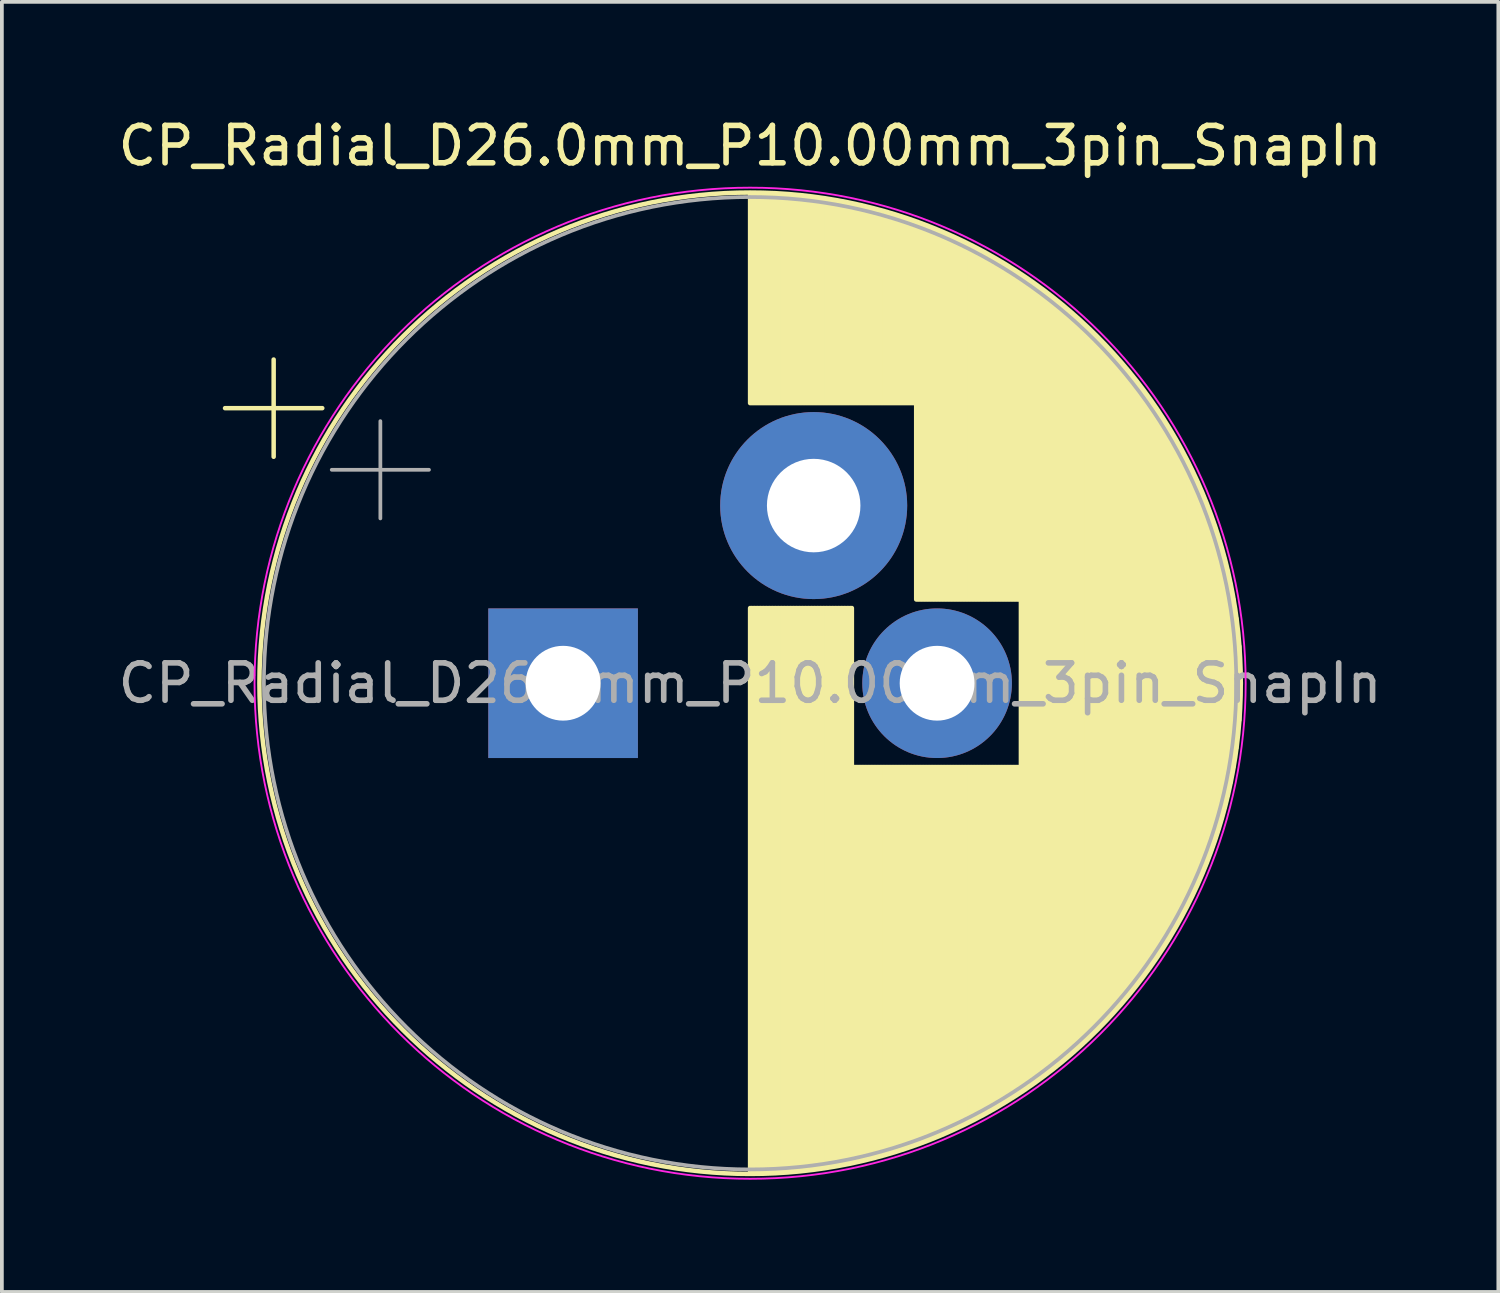
<source format=kicad_pcb>
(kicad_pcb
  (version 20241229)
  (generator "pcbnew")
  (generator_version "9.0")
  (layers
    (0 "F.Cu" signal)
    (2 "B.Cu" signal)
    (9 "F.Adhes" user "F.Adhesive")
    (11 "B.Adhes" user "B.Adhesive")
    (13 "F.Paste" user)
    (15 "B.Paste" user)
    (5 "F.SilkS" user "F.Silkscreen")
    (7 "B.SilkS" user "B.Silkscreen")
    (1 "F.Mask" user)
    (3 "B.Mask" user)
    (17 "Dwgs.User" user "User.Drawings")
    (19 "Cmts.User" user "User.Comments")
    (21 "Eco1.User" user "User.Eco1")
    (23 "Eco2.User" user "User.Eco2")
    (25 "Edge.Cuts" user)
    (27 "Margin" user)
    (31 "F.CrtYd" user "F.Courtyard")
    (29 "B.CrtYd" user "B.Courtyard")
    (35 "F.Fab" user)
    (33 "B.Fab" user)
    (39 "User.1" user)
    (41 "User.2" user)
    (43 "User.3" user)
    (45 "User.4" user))
  (footprint "CP_Radial_D26.0mm_P10.00mm_3pin_SnapIn"
    (layer "F.Cu")
    (at 12.006 15.218)
    (property "Reference" "CP_Radial_D26.0mm_P10.00mm_3pin_SnapIn" (at 5 -14.37 0) (layer "F.SilkS") (effects (font (size 1 1) (thickness 0.15))))
    (attr through_hole)
    (fp_line (start -9.039 -7.355) (end -6.439 -7.355) (stroke (width 0.12) (type solid)) (layer "F.SilkS"))
    (fp_line (start -7.739 -8.655) (end -7.739 -6.055) (stroke (width 0.12) (type solid)) (layer "F.SilkS"))
    (fp_line (start 5 -13.081) (end 5 -7.49) (stroke (width 0.12) (type solid)) (layer "F.SilkS"))
    (fp_line (start 5 -2.01) (end 5 13.081) (stroke (width 0.12) (type solid)) (layer "F.SilkS"))
    (fp_line (start 5.04 -13.08) (end 5.04 -7.49) (stroke (width 0.12) (type solid)) (layer "F.SilkS"))
    (fp_line (start 5.04 -2.01) (end 5.04 13.08) (stroke (width 0.12) (type solid)) (layer "F.SilkS"))
    (fp_line (start 5.08 -13.08) (end 5.08 -7.49) (stroke (width 0.12) (type solid)) (layer "F.SilkS"))
    (fp_line (start 5.08 -2.01) (end 5.08 13.08) (stroke (width 0.12) (type solid)) (layer "F.SilkS"))
    (fp_line (start 5.12 -13.08) (end 5.12 -7.49) (stroke (width 0.12) (type solid)) (layer "F.SilkS"))
    (fp_line (start 5.12 -2.01) (end 5.12 13.08) (stroke (width 0.12) (type solid)) (layer "F.SilkS"))
    (fp_line (start 5.16 -13.08) (end 5.16 -7.49) (stroke (width 0.12) (type solid)) (layer "F.SilkS"))
    (fp_line (start 5.16 -2.01) (end 5.16 13.08) (stroke (width 0.12) (type solid)) (layer "F.SilkS"))
    (fp_line (start 5.2 -13.079) (end 5.2 -7.49) (stroke (width 0.12) (type solid)) (layer "F.SilkS"))
    (fp_line (start 5.2 -2.01) (end 5.2 13.079) (stroke (width 0.12) (type solid)) (layer "F.SilkS"))
    (fp_line (start 5.24 -13.078) (end 5.24 -7.49) (stroke (width 0.12) (type solid)) (layer "F.SilkS"))
    (fp_line (start 5.24 -2.01) (end 5.24 13.078) (stroke (width 0.12) (type solid)) (layer "F.SilkS"))
    (fp_line (start 5.28 -13.078) (end 5.28 -7.49) (stroke (width 0.12) (type solid)) (layer "F.SilkS"))
    (fp_line (start 5.28 -2.01) (end 5.28 13.078) (stroke (width 0.12) (type solid)) (layer "F.SilkS"))
    (fp_line (start 5.32 -13.077) (end 5.32 -7.49) (stroke (width 0.12) (type solid)) (layer "F.SilkS"))
    (fp_line (start 5.32 -2.01) (end 5.32 13.077) (stroke (width 0.12) (type solid)) (layer "F.SilkS"))
    (fp_line (start 5.36 -13.076) (end 5.36 -7.49) (stroke (width 0.12) (type solid)) (layer "F.SilkS"))
    (fp_line (start 5.36 -2.01) (end 5.36 13.076) (stroke (width 0.12) (type solid)) (layer "F.SilkS"))
    (fp_line (start 5.4 -13.074) (end 5.4 -7.49) (stroke (width 0.12) (type solid)) (layer "F.SilkS"))
    (fp_line (start 5.4 -2.01) (end 5.4 13.074) (stroke (width 0.12) (type solid)) (layer "F.SilkS"))
    (fp_line (start 5.44 -13.073) (end 5.44 -7.49) (stroke (width 0.12) (type solid)) (layer "F.SilkS"))
    (fp_line (start 5.44 -2.01) (end 5.44 13.073) (stroke (width 0.12) (type solid)) (layer "F.SilkS"))
    (fp_line (start 5.48 -13.072) (end 5.48 -7.49) (stroke (width 0.12) (type solid)) (layer "F.SilkS"))
    (fp_line (start 5.48 -2.01) (end 5.48 13.072) (stroke (width 0.12) (type solid)) (layer "F.SilkS"))
    (fp_line (start 5.52 -13.07) (end 5.52 -7.49) (stroke (width 0.12) (type solid)) (layer "F.SilkS"))
    (fp_line (start 5.52 -2.01) (end 5.52 13.07) (stroke (width 0.12) (type solid)) (layer "F.SilkS"))
    (fp_line (start 5.56 -13.069) (end 5.56 -7.49) (stroke (width 0.12) (type solid)) (layer "F.SilkS"))
    (fp_line (start 5.56 -2.01) (end 5.56 13.069) (stroke (width 0.12) (type solid)) (layer "F.SilkS"))
    (fp_line (start 5.6 -13.067) (end 5.6 -7.49) (stroke (width 0.12) (type solid)) (layer "F.SilkS"))
    (fp_line (start 5.6 -2.01) (end 5.6 13.067) (stroke (width 0.12) (type solid)) (layer "F.SilkS"))
    (fp_line (start 5.64 -13.065) (end 5.64 -7.49) (stroke (width 0.12) (type solid)) (layer "F.SilkS"))
    (fp_line (start 5.64 -2.01) (end 5.64 13.065) (stroke (width 0.12) (type solid)) (layer "F.SilkS"))
    (fp_line (start 5.68 -13.063) (end 5.68 -7.49) (stroke (width 0.12) (type solid)) (layer "F.SilkS"))
    (fp_line (start 5.68 -2.01) (end 5.68 13.063) (stroke (width 0.12) (type solid)) (layer "F.SilkS"))
    (fp_line (start 5.721 -13.061) (end 5.721 -7.49) (stroke (width 0.12) (type solid)) (layer "F.SilkS"))
    (fp_line (start 5.721 -2.01) (end 5.721 13.061) (stroke (width 0.12) (type solid)) (layer "F.SilkS"))
    (fp_line (start 5.761 -13.058) (end 5.761 -7.49) (stroke (width 0.12) (type solid)) (layer "F.SilkS"))
    (fp_line (start 5.761 -2.01) (end 5.761 13.058) (stroke (width 0.12) (type solid)) (layer "F.SilkS"))
    (fp_line (start 5.801 -13.056) (end 5.801 -7.49) (stroke (width 0.12) (type solid)) (layer "F.SilkS"))
    (fp_line (start 5.801 -2.01) (end 5.801 13.056) (stroke (width 0.12) (type solid)) (layer "F.SilkS"))
    (fp_line (start 5.841 -13.054) (end 5.841 -7.49) (stroke (width 0.12) (type solid)) (layer "F.SilkS"))
    (fp_line (start 5.841 -2.01) (end 5.841 13.054) (stroke (width 0.12) (type solid)) (layer "F.SilkS"))
    (fp_line (start 5.881 -13.051) (end 5.881 -7.49) (stroke (width 0.12) (type solid)) (layer "F.SilkS"))
    (fp_line (start 5.881 -2.01) (end 5.881 13.051) (stroke (width 0.12) (type solid)) (layer "F.SilkS"))
    (fp_line (start 5.921 -13.048) (end 5.921 -7.49) (stroke (width 0.12) (type solid)) (layer "F.SilkS"))
    (fp_line (start 5.921 -2.01) (end 5.921 13.048) (stroke (width 0.12) (type solid)) (layer "F.SilkS"))
    (fp_line (start 5.961 -13.045) (end 5.961 -7.49) (stroke (width 0.12) (type solid)) (layer "F.SilkS"))
    (fp_line (start 5.961 -2.01) (end 5.961 13.045) (stroke (width 0.12) (type solid)) (layer "F.SilkS"))
    (fp_line (start 6.001 -13.042) (end 6.001 -7.49) (stroke (width 0.12) (type solid)) (layer "F.SilkS"))
    (fp_line (start 6.001 -2.01) (end 6.001 13.042) (stroke (width 0.12) (type solid)) (layer "F.SilkS"))
    (fp_line (start 6.041 -13.039) (end 6.041 -7.49) (stroke (width 0.12) (type solid)) (layer "F.SilkS"))
    (fp_line (start 6.041 -2.01) (end 6.041 13.039) (stroke (width 0.12) (type solid)) (layer "F.SilkS"))
    (fp_line (start 6.081 -13.036) (end 6.081 -7.49) (stroke (width 0.12) (type solid)) (layer "F.SilkS"))
    (fp_line (start 6.081 -2.01) (end 6.081 13.036) (stroke (width 0.12) (type solid)) (layer "F.SilkS"))
    (fp_line (start 6.121 -13.033) (end 6.121 -7.49) (stroke (width 0.12) (type solid)) (layer "F.SilkS"))
    (fp_line (start 6.121 -2.01) (end 6.121 13.033) (stroke (width 0.12) (type solid)) (layer "F.SilkS"))
    (fp_line (start 6.161 -13.029) (end 6.161 -7.49) (stroke (width 0.12) (type solid)) (layer "F.SilkS"))
    (fp_line (start 6.161 -2.01) (end 6.161 13.029) (stroke (width 0.12) (type solid)) (layer "F.SilkS"))
    (fp_line (start 6.201 -13.026) (end 6.201 -7.49) (stroke (width 0.12) (type solid)) (layer "F.SilkS"))
    (fp_line (start 6.201 -2.01) (end 6.201 13.026) (stroke (width 0.12) (type solid)) (layer "F.SilkS"))
    (fp_line (start 6.241 -13.022) (end 6.241 -7.49) (stroke (width 0.12) (type solid)) (layer "F.SilkS"))
    (fp_line (start 6.241 -2.01) (end 6.241 13.022) (stroke (width 0.12) (type solid)) (layer "F.SilkS"))
    (fp_line (start 6.281 -13.018) (end 6.281 -7.49) (stroke (width 0.12) (type solid)) (layer "F.SilkS"))
    (fp_line (start 6.281 -2.01) (end 6.281 13.018) (stroke (width 0.12) (type solid)) (layer "F.SilkS"))
    (fp_line (start 6.321 -13.014) (end 6.321 -7.49) (stroke (width 0.12) (type solid)) (layer "F.SilkS"))
    (fp_line (start 6.321 -2.01) (end 6.321 13.014) (stroke (width 0.12) (type solid)) (layer "F.SilkS"))
    (fp_line (start 6.361 -13.01) (end 6.361 -7.49) (stroke (width 0.12) (type solid)) (layer "F.SilkS"))
    (fp_line (start 6.361 -2.01) (end 6.361 13.01) (stroke (width 0.12) (type solid)) (layer "F.SilkS"))
    (fp_line (start 6.401 -13.006) (end 6.401 -7.49) (stroke (width 0.12) (type solid)) (layer "F.SilkS"))
    (fp_line (start 6.401 -2.01) (end 6.401 13.006) (stroke (width 0.12) (type solid)) (layer "F.SilkS"))
    (fp_line (start 6.441 -13.001) (end 6.441 -7.49) (stroke (width 0.12) (type solid)) (layer "F.SilkS"))
    (fp_line (start 6.441 -2.01) (end 6.441 13.001) (stroke (width 0.12) (type solid)) (layer "F.SilkS"))
    (fp_line (start 6.481 -12.997) (end 6.481 -7.49) (stroke (width 0.12) (type solid)) (layer "F.SilkS"))
    (fp_line (start 6.481 -2.01) (end 6.481 12.997) (stroke (width 0.12) (type solid)) (layer "F.SilkS"))
    (fp_line (start 6.521 -12.992) (end 6.521 -7.49) (stroke (width 0.12) (type solid)) (layer "F.SilkS"))
    (fp_line (start 6.521 -2.01) (end 6.521 12.992) (stroke (width 0.12) (type solid)) (layer "F.SilkS"))
    (fp_line (start 6.561 -12.987) (end 6.561 -7.49) (stroke (width 0.12) (type solid)) (layer "F.SilkS"))
    (fp_line (start 6.561 -2.01) (end 6.561 12.987) (stroke (width 0.12) (type solid)) (layer "F.SilkS"))
    (fp_line (start 6.601 -12.983) (end 6.601 -7.49) (stroke (width 0.12) (type solid)) (layer "F.SilkS"))
    (fp_line (start 6.601 -2.01) (end 6.601 12.983) (stroke (width 0.12) (type solid)) (layer "F.SilkS"))
    (fp_line (start 6.641 -12.978) (end 6.641 -7.49) (stroke (width 0.12) (type solid)) (layer "F.SilkS"))
    (fp_line (start 6.641 -2.01) (end 6.641 12.978) (stroke (width 0.12) (type solid)) (layer "F.SilkS"))
    (fp_line (start 6.681 -12.972) (end 6.681 -7.49) (stroke (width 0.12) (type solid)) (layer "F.SilkS"))
    (fp_line (start 6.681 -2.01) (end 6.681 12.972) (stroke (width 0.12) (type solid)) (layer "F.SilkS"))
    (fp_line (start 6.721 -12.967) (end 6.721 -7.49) (stroke (width 0.12) (type solid)) (layer "F.SilkS"))
    (fp_line (start 6.721 -2.01) (end 6.721 12.967) (stroke (width 0.12) (type solid)) (layer "F.SilkS"))
    (fp_line (start 6.761 -12.962) (end 6.761 -7.49) (stroke (width 0.12) (type solid)) (layer "F.SilkS"))
    (fp_line (start 6.761 -2.01) (end 6.761 12.962) (stroke (width 0.12) (type solid)) (layer "F.SilkS"))
    (fp_line (start 6.801 -12.956) (end 6.801 -7.49) (stroke (width 0.12) (type solid)) (layer "F.SilkS"))
    (fp_line (start 6.801 -2.01) (end 6.801 12.956) (stroke (width 0.12) (type solid)) (layer "F.SilkS"))
    (fp_line (start 6.841 -12.951) (end 6.841 -7.49) (stroke (width 0.12) (type solid)) (layer "F.SilkS"))
    (fp_line (start 6.841 -2.01) (end 6.841 12.951) (stroke (width 0.12) (type solid)) (layer "F.SilkS"))
    (fp_line (start 6.881 -12.945) (end 6.881 -7.49) (stroke (width 0.12) (type solid)) (layer "F.SilkS"))
    (fp_line (start 6.881 -2.01) (end 6.881 12.945) (stroke (width 0.12) (type solid)) (layer "F.SilkS"))
    (fp_line (start 6.921 -12.939) (end 6.921 -7.49) (stroke (width 0.12) (type solid)) (layer "F.SilkS"))
    (fp_line (start 6.921 -2.01) (end 6.921 12.939) (stroke (width 0.12) (type solid)) (layer "F.SilkS"))
    (fp_line (start 6.961 -12.933) (end 6.961 -7.49) (stroke (width 0.12) (type solid)) (layer "F.SilkS"))
    (fp_line (start 6.961 -2.01) (end 6.961 12.933) (stroke (width 0.12) (type solid)) (layer "F.SilkS"))
    (fp_line (start 7.001 -12.927) (end 7.001 -7.49) (stroke (width 0.12) (type solid)) (layer "F.SilkS"))
    (fp_line (start 7.001 -2.01) (end 7.001 12.927) (stroke (width 0.12) (type solid)) (layer "F.SilkS"))
    (fp_line (start 7.041 -12.921) (end 7.041 -7.49) (stroke (width 0.12) (type solid)) (layer "F.SilkS"))
    (fp_line (start 7.041 -2.01) (end 7.041 12.921) (stroke (width 0.12) (type solid)) (layer "F.SilkS"))
    (fp_line (start 7.081 -12.915) (end 7.081 -7.49) (stroke (width 0.12) (type solid)) (layer "F.SilkS"))
    (fp_line (start 7.081 -2.01) (end 7.081 12.915) (stroke (width 0.12) (type solid)) (layer "F.SilkS"))
    (fp_line (start 7.121 -12.908) (end 7.121 -7.49) (stroke (width 0.12) (type solid)) (layer "F.SilkS"))
    (fp_line (start 7.121 -2.01) (end 7.121 12.908) (stroke (width 0.12) (type solid)) (layer "F.SilkS"))
    (fp_line (start 7.161 -12.901) (end 7.161 -7.49) (stroke (width 0.12) (type solid)) (layer "F.SilkS"))
    (fp_line (start 7.161 -2.01) (end 7.161 12.901) (stroke (width 0.12) (type solid)) (layer "F.SilkS"))
    (fp_line (start 7.201 -12.895) (end 7.201 -7.49) (stroke (width 0.12) (type solid)) (layer "F.SilkS"))
    (fp_line (start 7.201 -2.01) (end 7.201 12.895) (stroke (width 0.12) (type solid)) (layer "F.SilkS"))
    (fp_line (start 7.241 -12.888) (end 7.241 -7.49) (stroke (width 0.12) (type solid)) (layer "F.SilkS"))
    (fp_line (start 7.241 -2.01) (end 7.241 12.888) (stroke (width 0.12) (type solid)) (layer "F.SilkS"))
    (fp_line (start 7.281 -12.881) (end 7.281 -7.49) (stroke (width 0.12) (type solid)) (layer "F.SilkS"))
    (fp_line (start 7.281 -2.01) (end 7.281 12.881) (stroke (width 0.12) (type solid)) (layer "F.SilkS"))
    (fp_line (start 7.321 -12.874) (end 7.321 -7.49) (stroke (width 0.12) (type solid)) (layer "F.SilkS"))
    (fp_line (start 7.321 -2.01) (end 7.321 12.874) (stroke (width 0.12) (type solid)) (layer "F.SilkS"))
    (fp_line (start 7.361 -12.866) (end 7.361 -7.49) (stroke (width 0.12) (type solid)) (layer "F.SilkS"))
    (fp_line (start 7.361 -2.01) (end 7.361 12.866) (stroke (width 0.12) (type solid)) (layer "F.SilkS"))
    (fp_line (start 7.401 -12.859) (end 7.401 -7.49) (stroke (width 0.12) (type solid)) (layer "F.SilkS"))
    (fp_line (start 7.401 -2.01) (end 7.401 12.859) (stroke (width 0.12) (type solid)) (layer "F.SilkS"))
    (fp_line (start 7.441 -12.852) (end 7.441 -7.49) (stroke (width 0.12) (type solid)) (layer "F.SilkS"))
    (fp_line (start 7.441 -2.01) (end 7.441 12.852) (stroke (width 0.12) (type solid)) (layer "F.SilkS"))
    (fp_line (start 7.481 -12.844) (end 7.481 -7.49) (stroke (width 0.12) (type solid)) (layer "F.SilkS"))
    (fp_line (start 7.481 -2.01) (end 7.481 12.844) (stroke (width 0.12) (type solid)) (layer "F.SilkS"))
    (fp_line (start 7.521 -12.836) (end 7.521 -7.49) (stroke (width 0.12) (type solid)) (layer "F.SilkS"))
    (fp_line (start 7.521 -2.01) (end 7.521 12.836) (stroke (width 0.12) (type solid)) (layer "F.SilkS"))
    (fp_line (start 7.561 -12.828) (end 7.561 -7.49) (stroke (width 0.12) (type solid)) (layer "F.SilkS"))
    (fp_line (start 7.561 -2.01) (end 7.561 12.828) (stroke (width 0.12) (type solid)) (layer "F.SilkS"))
    (fp_line (start 7.601 -12.82) (end 7.601 -7.49) (stroke (width 0.12) (type solid)) (layer "F.SilkS"))
    (fp_line (start 7.601 -2.01) (end 7.601 12.82) (stroke (width 0.12) (type solid)) (layer "F.SilkS"))
    (fp_line (start 7.641 -12.812) (end 7.641 -7.49) (stroke (width 0.12) (type solid)) (layer "F.SilkS"))
    (fp_line (start 7.641 -2.01) (end 7.641 12.812) (stroke (width 0.12) (type solid)) (layer "F.SilkS"))
    (fp_line (start 7.681 -12.804) (end 7.681 -7.49) (stroke (width 0.12) (type solid)) (layer "F.SilkS"))
    (fp_line (start 7.681 -2.01) (end 7.681 12.804) (stroke (width 0.12) (type solid)) (layer "F.SilkS"))
    (fp_line (start 7.721 -12.795) (end 7.721 -7.49) (stroke (width 0.12) (type solid)) (layer "F.SilkS"))
    (fp_line (start 7.721 -2.01) (end 7.721 12.795) (stroke (width 0.12) (type solid)) (layer "F.SilkS"))
    (fp_line (start 7.761 -12.787) (end 7.761 -7.49) (stroke (width 0.12) (type solid)) (layer "F.SilkS"))
    (fp_line (start 7.761 2.24) (end 7.761 12.787) (stroke (width 0.12) (type solid)) (layer "F.SilkS"))
    (fp_line (start 7.801 -12.778) (end 7.801 -7.49) (stroke (width 0.12) (type solid)) (layer "F.SilkS"))
    (fp_line (start 7.801 2.24) (end 7.801 12.778) (stroke (width 0.12) (type solid)) (layer "F.SilkS"))
    (fp_line (start 7.841 -12.769) (end 7.841 -7.49) (stroke (width 0.12) (type solid)) (layer "F.SilkS"))
    (fp_line (start 7.841 2.24) (end 7.841 12.769) (stroke (width 0.12) (type solid)) (layer "F.SilkS"))
    (fp_line (start 7.881 -12.761) (end 7.881 -7.49) (stroke (width 0.12) (type solid)) (layer "F.SilkS"))
    (fp_line (start 7.881 2.24) (end 7.881 12.761) (stroke (width 0.12) (type solid)) (layer "F.SilkS"))
    (fp_line (start 7.921 -12.751) (end 7.921 -7.49) (stroke (width 0.12) (type solid)) (layer "F.SilkS"))
    (fp_line (start 7.921 2.24) (end 7.921 12.751) (stroke (width 0.12) (type solid)) (layer "F.SilkS"))
    (fp_line (start 7.961 -12.742) (end 7.961 -7.49) (stroke (width 0.12) (type solid)) (layer "F.SilkS"))
    (fp_line (start 7.961 2.24) (end 7.961 12.742) (stroke (width 0.12) (type solid)) (layer "F.SilkS"))
    (fp_line (start 8.001 -12.733) (end 8.001 -7.49) (stroke (width 0.12) (type solid)) (layer "F.SilkS"))
    (fp_line (start 8.001 2.24) (end 8.001 12.733) (stroke (width 0.12) (type solid)) (layer "F.SilkS"))
    (fp_line (start 8.041 -12.723) (end 8.041 -7.49) (stroke (width 0.12) (type solid)) (layer "F.SilkS"))
    (fp_line (start 8.041 2.24) (end 8.041 12.723) (stroke (width 0.12) (type solid)) (layer "F.SilkS"))
    (fp_line (start 8.081 -12.714) (end 8.081 -7.49) (stroke (width 0.12) (type solid)) (layer "F.SilkS"))
    (fp_line (start 8.081 2.24) (end 8.081 12.714) (stroke (width 0.12) (type solid)) (layer "F.SilkS"))
    (fp_line (start 8.121 -12.704) (end 8.121 -7.49) (stroke (width 0.12) (type solid)) (layer "F.SilkS"))
    (fp_line (start 8.121 2.24) (end 8.121 12.704) (stroke (width 0.12) (type solid)) (layer "F.SilkS"))
    (fp_line (start 8.161 -12.694) (end 8.161 -7.49) (stroke (width 0.12) (type solid)) (layer "F.SilkS"))
    (fp_line (start 8.161 2.24) (end 8.161 12.694) (stroke (width 0.12) (type solid)) (layer "F.SilkS"))
    (fp_line (start 8.201 -12.684) (end 8.201 -7.49) (stroke (width 0.12) (type solid)) (layer "F.SilkS"))
    (fp_line (start 8.201 2.24) (end 8.201 12.684) (stroke (width 0.12) (type solid)) (layer "F.SilkS"))
    (fp_line (start 8.241 -12.674) (end 8.241 -7.49) (stroke (width 0.12) (type solid)) (layer "F.SilkS"))
    (fp_line (start 8.241 2.24) (end 8.241 12.674) (stroke (width 0.12) (type solid)) (layer "F.SilkS"))
    (fp_line (start 8.281 -12.664) (end 8.281 -7.49) (stroke (width 0.12) (type solid)) (layer "F.SilkS"))
    (fp_line (start 8.281 2.24) (end 8.281 12.664) (stroke (width 0.12) (type solid)) (layer "F.SilkS"))
    (fp_line (start 8.321 -12.653) (end 8.321 -7.49) (stroke (width 0.12) (type solid)) (layer "F.SilkS"))
    (fp_line (start 8.321 2.24) (end 8.321 12.653) (stroke (width 0.12) (type solid)) (layer "F.SilkS"))
    (fp_line (start 8.361 -12.643) (end 8.361 -7.49) (stroke (width 0.12) (type solid)) (layer "F.SilkS"))
    (fp_line (start 8.361 2.24) (end 8.361 12.643) (stroke (width 0.12) (type solid)) (layer "F.SilkS"))
    (fp_line (start 8.401 -12.632) (end 8.401 -7.49) (stroke (width 0.12) (type solid)) (layer "F.SilkS"))
    (fp_line (start 8.401 2.24) (end 8.401 12.632) (stroke (width 0.12) (type solid)) (layer "F.SilkS"))
    (fp_line (start 8.441 -12.621) (end 8.441 -7.49) (stroke (width 0.12) (type solid)) (layer "F.SilkS"))
    (fp_line (start 8.441 2.24) (end 8.441 12.621) (stroke (width 0.12) (type solid)) (layer "F.SilkS"))
    (fp_line (start 8.481 -12.611) (end 8.481 -7.49) (stroke (width 0.12) (type solid)) (layer "F.SilkS"))
    (fp_line (start 8.481 2.24) (end 8.481 12.611) (stroke (width 0.12) (type solid)) (layer "F.SilkS"))
    (fp_line (start 8.521 -12.599) (end 8.521 -7.49) (stroke (width 0.12) (type solid)) (layer "F.SilkS"))
    (fp_line (start 8.521 2.24) (end 8.521 12.599) (stroke (width 0.12) (type solid)) (layer "F.SilkS"))
    (fp_line (start 8.561 -12.588) (end 8.561 -7.49) (stroke (width 0.12) (type solid)) (layer "F.SilkS"))
    (fp_line (start 8.561 2.24) (end 8.561 12.588) (stroke (width 0.12) (type solid)) (layer "F.SilkS"))
    (fp_line (start 8.601 -12.577) (end 8.601 -7.49) (stroke (width 0.12) (type solid)) (layer "F.SilkS"))
    (fp_line (start 8.601 2.24) (end 8.601 12.577) (stroke (width 0.12) (type solid)) (layer "F.SilkS"))
    (fp_line (start 8.641 -12.565) (end 8.641 -7.49) (stroke (width 0.12) (type solid)) (layer "F.SilkS"))
    (fp_line (start 8.641 2.24) (end 8.641 12.565) (stroke (width 0.12) (type solid)) (layer "F.SilkS"))
    (fp_line (start 8.681 -12.554) (end 8.681 -7.49) (stroke (width 0.12) (type solid)) (layer "F.SilkS"))
    (fp_line (start 8.681 2.24) (end 8.681 12.554) (stroke (width 0.12) (type solid)) (layer "F.SilkS"))
    (fp_line (start 8.721 -12.542) (end 8.721 -7.49) (stroke (width 0.12) (type solid)) (layer "F.SilkS"))
    (fp_line (start 8.721 2.24) (end 8.721 12.542) (stroke (width 0.12) (type solid)) (layer "F.SilkS"))
    (fp_line (start 8.761 -12.53) (end 8.761 -7.49) (stroke (width 0.12) (type solid)) (layer "F.SilkS"))
    (fp_line (start 8.761 2.24) (end 8.761 12.53) (stroke (width 0.12) (type solid)) (layer "F.SilkS"))
    (fp_line (start 8.801 -12.518) (end 8.801 -7.49) (stroke (width 0.12) (type solid)) (layer "F.SilkS"))
    (fp_line (start 8.801 2.24) (end 8.801 12.518) (stroke (width 0.12) (type solid)) (layer "F.SilkS"))
    (fp_line (start 8.841 -12.506) (end 8.841 -7.49) (stroke (width 0.12) (type solid)) (layer "F.SilkS"))
    (fp_line (start 8.841 2.24) (end 8.841 12.506) (stroke (width 0.12) (type solid)) (layer "F.SilkS"))
    (fp_line (start 8.881 -12.494) (end 8.881 -7.49) (stroke (width 0.12) (type solid)) (layer "F.SilkS"))
    (fp_line (start 8.881 2.24) (end 8.881 12.494) (stroke (width 0.12) (type solid)) (layer "F.SilkS"))
    (fp_line (start 8.921 -12.481) (end 8.921 -7.49) (stroke (width 0.12) (type solid)) (layer "F.SilkS"))
    (fp_line (start 8.921 2.24) (end 8.921 12.481) (stroke (width 0.12) (type solid)) (layer "F.SilkS"))
    (fp_line (start 8.961 -12.469) (end 8.961 -7.49) (stroke (width 0.12) (type solid)) (layer "F.SilkS"))
    (fp_line (start 8.961 2.24) (end 8.961 12.469) (stroke (width 0.12) (type solid)) (layer "F.SilkS"))
    (fp_line (start 9.001 -12.456) (end 9.001 -7.49) (stroke (width 0.12) (type solid)) (layer "F.SilkS"))
    (fp_line (start 9.001 2.24) (end 9.001 12.456) (stroke (width 0.12) (type solid)) (layer "F.SilkS"))
    (fp_line (start 9.041 -12.443) (end 9.041 -7.49) (stroke (width 0.12) (type solid)) (layer "F.SilkS"))
    (fp_line (start 9.041 2.24) (end 9.041 12.443) (stroke (width 0.12) (type solid)) (layer "F.SilkS"))
    (fp_line (start 9.081 -12.43) (end 9.081 -7.49) (stroke (width 0.12) (type solid)) (layer "F.SilkS"))
    (fp_line (start 9.081 2.24) (end 9.081 12.43) (stroke (width 0.12) (type solid)) (layer "F.SilkS"))
    (fp_line (start 9.121 -12.417) (end 9.121 -7.49) (stroke (width 0.12) (type solid)) (layer "F.SilkS"))
    (fp_line (start 9.121 2.24) (end 9.121 12.417) (stroke (width 0.12) (type solid)) (layer "F.SilkS"))
    (fp_line (start 9.161 -12.404) (end 9.161 -7.49) (stroke (width 0.12) (type solid)) (layer "F.SilkS"))
    (fp_line (start 9.161 2.24) (end 9.161 12.404) (stroke (width 0.12) (type solid)) (layer "F.SilkS"))
    (fp_line (start 9.201 -12.39) (end 9.201 -7.49) (stroke (width 0.12) (type solid)) (layer "F.SilkS"))
    (fp_line (start 9.201 2.24) (end 9.201 12.39) (stroke (width 0.12) (type solid)) (layer "F.SilkS"))
    (fp_line (start 9.241 -12.376) (end 9.241 -7.49) (stroke (width 0.12) (type solid)) (layer "F.SilkS"))
    (fp_line (start 9.241 2.24) (end 9.241 12.376) (stroke (width 0.12) (type solid)) (layer "F.SilkS"))
    (fp_line (start 9.281 -12.363) (end 9.281 -7.49) (stroke (width 0.12) (type solid)) (layer "F.SilkS"))
    (fp_line (start 9.281 2.24) (end 9.281 12.363) (stroke (width 0.12) (type solid)) (layer "F.SilkS"))
    (fp_line (start 9.321 -12.349) (end 9.321 -7.49) (stroke (width 0.12) (type solid)) (layer "F.SilkS"))
    (fp_line (start 9.321 2.24) (end 9.321 12.349) (stroke (width 0.12) (type solid)) (layer "F.SilkS"))
    (fp_line (start 9.361 -12.335) (end 9.361 -7.49) (stroke (width 0.12) (type solid)) (layer "F.SilkS"))
    (fp_line (start 9.361 2.24) (end 9.361 12.335) (stroke (width 0.12) (type solid)) (layer "F.SilkS"))
    (fp_line (start 9.401 -12.321) (end 9.401 -7.49) (stroke (width 0.12) (type solid)) (layer "F.SilkS"))
    (fp_line (start 9.401 2.24) (end 9.401 12.321) (stroke (width 0.12) (type solid)) (layer "F.SilkS"))
    (fp_line (start 9.441 -12.306) (end 9.441 -2.24) (stroke (width 0.12) (type solid)) (layer "F.SilkS"))
    (fp_line (start 9.441 2.24) (end 9.441 12.306) (stroke (width 0.12) (type solid)) (layer "F.SilkS"))
    (fp_line (start 9.481 -12.292) (end 9.481 -2.24) (stroke (width 0.12) (type solid)) (layer "F.SilkS"))
    (fp_line (start 9.481 2.24) (end 9.481 12.292) (stroke (width 0.12) (type solid)) (layer "F.SilkS"))
    (fp_line (start 9.521 -12.277) (end 9.521 -2.24) (stroke (width 0.12) (type solid)) (layer "F.SilkS"))
    (fp_line (start 9.521 2.24) (end 9.521 12.277) (stroke (width 0.12) (type solid)) (layer "F.SilkS"))
    (fp_line (start 9.561 -12.263) (end 9.561 -2.24) (stroke (width 0.12) (type solid)) (layer "F.SilkS"))
    (fp_line (start 9.561 2.24) (end 9.561 12.263) (stroke (width 0.12) (type solid)) (layer "F.SilkS"))
    (fp_line (start 9.601 -12.248) (end 9.601 -2.24) (stroke (width 0.12) (type solid)) (layer "F.SilkS"))
    (fp_line (start 9.601 2.24) (end 9.601 12.248) (stroke (width 0.12) (type solid)) (layer "F.SilkS"))
    (fp_line (start 9.641 -12.233) (end 9.641 -2.24) (stroke (width 0.12) (type solid)) (layer "F.SilkS"))
    (fp_line (start 9.641 2.24) (end 9.641 12.233) (stroke (width 0.12) (type solid)) (layer "F.SilkS"))
    (fp_line (start 9.681 -12.217) (end 9.681 -2.24) (stroke (width 0.12) (type solid)) (layer "F.SilkS"))
    (fp_line (start 9.681 2.24) (end 9.681 12.217) (stroke (width 0.12) (type solid)) (layer "F.SilkS"))
    (fp_line (start 9.721 -12.202) (end 9.721 -2.24) (stroke (width 0.12) (type solid)) (layer "F.SilkS"))
    (fp_line (start 9.721 2.24) (end 9.721 12.202) (stroke (width 0.12) (type solid)) (layer "F.SilkS"))
    (fp_line (start 9.761 -12.187) (end 9.761 -2.24) (stroke (width 0.12) (type solid)) (layer "F.SilkS"))
    (fp_line (start 9.761 2.24) (end 9.761 12.187) (stroke (width 0.12) (type solid)) (layer "F.SilkS"))
    (fp_line (start 9.801 -12.171) (end 9.801 -2.24) (stroke (width 0.12) (type solid)) (layer "F.SilkS"))
    (fp_line (start 9.801 2.24) (end 9.801 12.171) (stroke (width 0.12) (type solid)) (layer "F.SilkS"))
    (fp_line (start 9.841 -12.155) (end 9.841 -2.24) (stroke (width 0.12) (type solid)) (layer "F.SilkS"))
    (fp_line (start 9.841 2.24) (end 9.841 12.155) (stroke (width 0.12) (type solid)) (layer "F.SilkS"))
    (fp_line (start 9.881 -12.139) (end 9.881 -2.24) (stroke (width 0.12) (type solid)) (layer "F.SilkS"))
    (fp_line (start 9.881 2.24) (end 9.881 12.139) (stroke (width 0.12) (type solid)) (layer "F.SilkS"))
    (fp_line (start 9.921 -12.123) (end 9.921 -2.24) (stroke (width 0.12) (type solid)) (layer "F.SilkS"))
    (fp_line (start 9.921 2.24) (end 9.921 12.123) (stroke (width 0.12) (type solid)) (layer "F.SilkS"))
    (fp_line (start 9.961 -12.107) (end 9.961 -2.24) (stroke (width 0.12) (type solid)) (layer "F.SilkS"))
    (fp_line (start 9.961 2.24) (end 9.961 12.107) (stroke (width 0.12) (type solid)) (layer "F.SilkS"))
    (fp_line (start 10.001 -12.09) (end 10.001 -2.24) (stroke (width 0.12) (type solid)) (layer "F.SilkS"))
    (fp_line (start 10.001 2.24) (end 10.001 12.09) (stroke (width 0.12) (type solid)) (layer "F.SilkS"))
    (fp_line (start 10.041 -12.074) (end 10.041 -2.24) (stroke (width 0.12) (type solid)) (layer "F.SilkS"))
    (fp_line (start 10.041 2.24) (end 10.041 12.074) (stroke (width 0.12) (type solid)) (layer "F.SilkS"))
    (fp_line (start 10.081 -12.057) (end 10.081 -2.24) (stroke (width 0.12) (type solid)) (layer "F.SilkS"))
    (fp_line (start 10.081 2.24) (end 10.081 12.057) (stroke (width 0.12) (type solid)) (layer "F.SilkS"))
    (fp_line (start 10.121 -12.04) (end 10.121 -2.24) (stroke (width 0.12) (type solid)) (layer "F.SilkS"))
    (fp_line (start 10.121 2.24) (end 10.121 12.04) (stroke (width 0.12) (type solid)) (layer "F.SilkS"))
    (fp_line (start 10.161 -12.023) (end 10.161 -2.24) (stroke (width 0.12) (type solid)) (layer "F.SilkS"))
    (fp_line (start 10.161 2.24) (end 10.161 12.023) (stroke (width 0.12) (type solid)) (layer "F.SilkS"))
    (fp_line (start 10.201 -12.006) (end 10.201 -2.24) (stroke (width 0.12) (type solid)) (layer "F.SilkS"))
    (fp_line (start 10.201 2.24) (end 10.201 12.006) (stroke (width 0.12) (type solid)) (layer "F.SilkS"))
    (fp_line (start 10.241 -11.989) (end 10.241 -2.24) (stroke (width 0.12) (type solid)) (layer "F.SilkS"))
    (fp_line (start 10.241 2.24) (end 10.241 11.989) (stroke (width 0.12) (type solid)) (layer "F.SilkS"))
    (fp_line (start 10.281 -11.971) (end 10.281 -2.24) (stroke (width 0.12) (type solid)) (layer "F.SilkS"))
    (fp_line (start 10.281 2.24) (end 10.281 11.971) (stroke (width 0.12) (type solid)) (layer "F.SilkS"))
    (fp_line (start 10.321 -11.953) (end 10.321 -2.24) (stroke (width 0.12) (type solid)) (layer "F.SilkS"))
    (fp_line (start 10.321 2.24) (end 10.321 11.953) (stroke (width 0.12) (type solid)) (layer "F.SilkS"))
    (fp_line (start 10.361 -11.936) (end 10.361 -2.24) (stroke (width 0.12) (type solid)) (layer "F.SilkS"))
    (fp_line (start 10.361 2.24) (end 10.361 11.936) (stroke (width 0.12) (type solid)) (layer "F.SilkS"))
    (fp_line (start 10.401 -11.918) (end 10.401 -2.24) (stroke (width 0.12) (type solid)) (layer "F.SilkS"))
    (fp_line (start 10.401 2.24) (end 10.401 11.918) (stroke (width 0.12) (type solid)) (layer "F.SilkS"))
    (fp_line (start 10.441 -11.9) (end 10.441 -2.24) (stroke (width 0.12) (type solid)) (layer "F.SilkS"))
    (fp_line (start 10.441 2.24) (end 10.441 11.9) (stroke (width 0.12) (type solid)) (layer "F.SilkS"))
    (fp_line (start 10.481 -11.881) (end 10.481 -2.24) (stroke (width 0.12) (type solid)) (layer "F.SilkS"))
    (fp_line (start 10.481 2.24) (end 10.481 11.881) (stroke (width 0.12) (type solid)) (layer "F.SilkS"))
    (fp_line (start 10.521 -11.863) (end 10.521 -2.24) (stroke (width 0.12) (type solid)) (layer "F.SilkS"))
    (fp_line (start 10.521 2.24) (end 10.521 11.863) (stroke (width 0.12) (type solid)) (layer "F.SilkS"))
    (fp_line (start 10.561 -11.844) (end 10.561 -2.24) (stroke (width 0.12) (type solid)) (layer "F.SilkS"))
    (fp_line (start 10.561 2.24) (end 10.561 11.844) (stroke (width 0.12) (type solid)) (layer "F.SilkS"))
    (fp_line (start 10.601 -11.825) (end 10.601 -2.24) (stroke (width 0.12) (type solid)) (layer "F.SilkS"))
    (fp_line (start 10.601 2.24) (end 10.601 11.825) (stroke (width 0.12) (type solid)) (layer "F.SilkS"))
    (fp_line (start 10.641 -11.806) (end 10.641 -2.24) (stroke (width 0.12) (type solid)) (layer "F.SilkS"))
    (fp_line (start 10.641 2.24) (end 10.641 11.806) (stroke (width 0.12) (type solid)) (layer "F.SilkS"))
    (fp_line (start 10.681 -11.787) (end 10.681 -2.24) (stroke (width 0.12) (type solid)) (layer "F.SilkS"))
    (fp_line (start 10.681 2.24) (end 10.681 11.787) (stroke (width 0.12) (type solid)) (layer "F.SilkS"))
    (fp_line (start 10.721 -11.768) (end 10.721 -2.24) (stroke (width 0.12) (type solid)) (layer "F.SilkS"))
    (fp_line (start 10.721 2.24) (end 10.721 11.768) (stroke (width 0.12) (type solid)) (layer "F.SilkS"))
    (fp_line (start 10.761 -11.748) (end 10.761 -2.24) (stroke (width 0.12) (type solid)) (layer "F.SilkS"))
    (fp_line (start 10.761 2.24) (end 10.761 11.748) (stroke (width 0.12) (type solid)) (layer "F.SilkS"))
    (fp_line (start 10.801 -11.729) (end 10.801 -2.24) (stroke (width 0.12) (type solid)) (layer "F.SilkS"))
    (fp_line (start 10.801 2.24) (end 10.801 11.729) (stroke (width 0.12) (type solid)) (layer "F.SilkS"))
    (fp_line (start 10.841 -11.709) (end 10.841 -2.24) (stroke (width 0.12) (type solid)) (layer "F.SilkS"))
    (fp_line (start 10.841 2.24) (end 10.841 11.709) (stroke (width 0.12) (type solid)) (layer "F.SilkS"))
    (fp_line (start 10.881 -11.689) (end 10.881 -2.24) (stroke (width 0.12) (type solid)) (layer "F.SilkS"))
    (fp_line (start 10.881 2.24) (end 10.881 11.689) (stroke (width 0.12) (type solid)) (layer "F.SilkS"))
    (fp_line (start 10.921 -11.669) (end 10.921 -2.24) (stroke (width 0.12) (type solid)) (layer "F.SilkS"))
    (fp_line (start 10.921 2.24) (end 10.921 11.669) (stroke (width 0.12) (type solid)) (layer "F.SilkS"))
    (fp_line (start 10.961 -11.649) (end 10.961 -2.24) (stroke (width 0.12) (type solid)) (layer "F.SilkS"))
    (fp_line (start 10.961 2.24) (end 10.961 11.649) (stroke (width 0.12) (type solid)) (layer "F.SilkS"))
    (fp_line (start 11.001 -11.628) (end 11.001 -2.24) (stroke (width 0.12) (type solid)) (layer "F.SilkS"))
    (fp_line (start 11.001 2.24) (end 11.001 11.628) (stroke (width 0.12) (type solid)) (layer "F.SilkS"))
    (fp_line (start 11.041 -11.608) (end 11.041 -2.24) (stroke (width 0.12) (type solid)) (layer "F.SilkS"))
    (fp_line (start 11.041 2.24) (end 11.041 11.608) (stroke (width 0.12) (type solid)) (layer "F.SilkS"))
    (fp_line (start 11.081 -11.587) (end 11.081 -2.24) (stroke (width 0.12) (type solid)) (layer "F.SilkS"))
    (fp_line (start 11.081 2.24) (end 11.081 11.587) (stroke (width 0.12) (type solid)) (layer "F.SilkS"))
    (fp_line (start 11.121 -11.566) (end 11.121 -2.24) (stroke (width 0.12) (type solid)) (layer "F.SilkS"))
    (fp_line (start 11.121 2.24) (end 11.121 11.566) (stroke (width 0.12) (type solid)) (layer "F.SilkS"))
    (fp_line (start 11.161 -11.544) (end 11.161 -2.24) (stroke (width 0.12) (type solid)) (layer "F.SilkS"))
    (fp_line (start 11.161 2.24) (end 11.161 11.544) (stroke (width 0.12) (type solid)) (layer "F.SilkS"))
    (fp_line (start 11.201 -11.523) (end 11.201 -2.24) (stroke (width 0.12) (type solid)) (layer "F.SilkS"))
    (fp_line (start 11.201 2.24) (end 11.201 11.523) (stroke (width 0.12) (type solid)) (layer "F.SilkS"))
    (fp_line (start 11.241 -11.502) (end 11.241 -2.24) (stroke (width 0.12) (type solid)) (layer "F.SilkS"))
    (fp_line (start 11.241 2.24) (end 11.241 11.502) (stroke (width 0.12) (type solid)) (layer "F.SilkS"))
    (fp_line (start 11.281 -11.48) (end 11.281 -2.24) (stroke (width 0.12) (type solid)) (layer "F.SilkS"))
    (fp_line (start 11.281 2.24) (end 11.281 11.48) (stroke (width 0.12) (type solid)) (layer "F.SilkS"))
    (fp_line (start 11.321 -11.458) (end 11.321 -2.24) (stroke (width 0.12) (type solid)) (layer "F.SilkS"))
    (fp_line (start 11.321 2.24) (end 11.321 11.458) (stroke (width 0.12) (type solid)) (layer "F.SilkS"))
    (fp_line (start 11.361 -11.436) (end 11.361 -2.24) (stroke (width 0.12) (type solid)) (layer "F.SilkS"))
    (fp_line (start 11.361 2.24) (end 11.361 11.436) (stroke (width 0.12) (type solid)) (layer "F.SilkS"))
    (fp_line (start 11.401 -11.414) (end 11.401 -2.24) (stroke (width 0.12) (type solid)) (layer "F.SilkS"))
    (fp_line (start 11.401 2.24) (end 11.401 11.414) (stroke (width 0.12) (type solid)) (layer "F.SilkS"))
    (fp_line (start 11.441 -11.391) (end 11.441 -2.24) (stroke (width 0.12) (type solid)) (layer "F.SilkS"))
    (fp_line (start 11.441 2.24) (end 11.441 11.391) (stroke (width 0.12) (type solid)) (layer "F.SilkS"))
    (fp_line (start 11.481 -11.369) (end 11.481 -2.24) (stroke (width 0.12) (type solid)) (layer "F.SilkS"))
    (fp_line (start 11.481 2.24) (end 11.481 11.369) (stroke (width 0.12) (type solid)) (layer "F.SilkS"))
    (fp_line (start 11.521 -11.346) (end 11.521 -2.24) (stroke (width 0.12) (type solid)) (layer "F.SilkS"))
    (fp_line (start 11.521 2.24) (end 11.521 11.346) (stroke (width 0.12) (type solid)) (layer "F.SilkS"))
    (fp_line (start 11.561 -11.323) (end 11.561 -2.24) (stroke (width 0.12) (type solid)) (layer "F.SilkS"))
    (fp_line (start 11.561 2.24) (end 11.561 11.323) (stroke (width 0.12) (type solid)) (layer "F.SilkS"))
    (fp_line (start 11.601 -11.3) (end 11.601 -2.24) (stroke (width 0.12) (type solid)) (layer "F.SilkS"))
    (fp_line (start 11.601 2.24) (end 11.601 11.3) (stroke (width 0.12) (type solid)) (layer "F.SilkS"))
    (fp_line (start 11.641 -11.276) (end 11.641 -2.24) (stroke (width 0.12) (type solid)) (layer "F.SilkS"))
    (fp_line (start 11.641 2.24) (end 11.641 11.276) (stroke (width 0.12) (type solid)) (layer "F.SilkS"))
    (fp_line (start 11.681 -11.253) (end 11.681 -2.24) (stroke (width 0.12) (type solid)) (layer "F.SilkS"))
    (fp_line (start 11.681 2.24) (end 11.681 11.253) (stroke (width 0.12) (type solid)) (layer "F.SilkS"))
    (fp_line (start 11.721 -11.229) (end 11.721 -2.24) (stroke (width 0.12) (type solid)) (layer "F.SilkS"))
    (fp_line (start 11.721 2.24) (end 11.721 11.229) (stroke (width 0.12) (type solid)) (layer "F.SilkS"))
    (fp_line (start 11.761 -11.205) (end 11.761 -2.24) (stroke (width 0.12) (type solid)) (layer "F.SilkS"))
    (fp_line (start 11.761 2.24) (end 11.761 11.205) (stroke (width 0.12) (type solid)) (layer "F.SilkS"))
    (fp_line (start 11.801 -11.181) (end 11.801 -2.24) (stroke (width 0.12) (type solid)) (layer "F.SilkS"))
    (fp_line (start 11.801 2.24) (end 11.801 11.181) (stroke (width 0.12) (type solid)) (layer "F.SilkS"))
    (fp_line (start 11.841 -11.156) (end 11.841 -2.24) (stroke (width 0.12) (type solid)) (layer "F.SilkS"))
    (fp_line (start 11.841 2.24) (end 11.841 11.156) (stroke (width 0.12) (type solid)) (layer "F.SilkS"))
    (fp_line (start 11.881 -11.132) (end 11.881 -2.24) (stroke (width 0.12) (type solid)) (layer "F.SilkS"))
    (fp_line (start 11.881 2.24) (end 11.881 11.132) (stroke (width 0.12) (type solid)) (layer "F.SilkS"))
    (fp_line (start 11.921 -11.107) (end 11.921 -2.24) (stroke (width 0.12) (type solid)) (layer "F.SilkS"))
    (fp_line (start 11.921 2.24) (end 11.921 11.107) (stroke (width 0.12) (type solid)) (layer "F.SilkS"))
    (fp_line (start 11.961 -11.082) (end 11.961 -2.24) (stroke (width 0.12) (type solid)) (layer "F.SilkS"))
    (fp_line (start 11.961 2.24) (end 11.961 11.082) (stroke (width 0.12) (type solid)) (layer "F.SilkS"))
    (fp_line (start 12.001 -11.057) (end 12.001 -2.24) (stroke (width 0.12) (type solid)) (layer "F.SilkS"))
    (fp_line (start 12.001 2.24) (end 12.001 11.057) (stroke (width 0.12) (type solid)) (layer "F.SilkS"))
    (fp_line (start 12.041 -11.032) (end 12.041 -2.24) (stroke (width 0.12) (type solid)) (layer "F.SilkS"))
    (fp_line (start 12.041 2.24) (end 12.041 11.032) (stroke (width 0.12) (type solid)) (layer "F.SilkS"))
    (fp_line (start 12.081 -11.006) (end 12.081 -2.24) (stroke (width 0.12) (type solid)) (layer "F.SilkS"))
    (fp_line (start 12.081 2.24) (end 12.081 11.006) (stroke (width 0.12) (type solid)) (layer "F.SilkS"))
    (fp_line (start 12.121 -10.98) (end 12.121 -2.24) (stroke (width 0.12) (type solid)) (layer "F.SilkS"))
    (fp_line (start 12.121 2.24) (end 12.121 10.98) (stroke (width 0.12) (type solid)) (layer "F.SilkS"))
    (fp_line (start 12.161 -10.955) (end 12.161 -2.24) (stroke (width 0.12) (type solid)) (layer "F.SilkS"))
    (fp_line (start 12.161 2.24) (end 12.161 10.955) (stroke (width 0.12) (type solid)) (layer "F.SilkS"))
    (fp_line (start 12.201 -10.928) (end 12.201 -2.24) (stroke (width 0.12) (type solid)) (layer "F.SilkS"))
    (fp_line (start 12.201 2.24) (end 12.201 10.928) (stroke (width 0.12) (type solid)) (layer "F.SilkS"))
    (fp_line (start 12.241 -10.902) (end 12.241 10.902) (stroke (width 0.12) (type solid)) (layer "F.SilkS"))
    (fp_line (start 12.281 -10.875) (end 12.281 10.875) (stroke (width 0.12) (type solid)) (layer "F.SilkS"))
    (fp_line (start 12.321 -10.849) (end 12.321 10.849) (stroke (width 0.12) (type solid)) (layer "F.SilkS"))
    (fp_line (start 12.361 -10.822) (end 12.361 10.822) (stroke (width 0.12) (type solid)) (layer "F.SilkS"))
    (fp_line (start 12.401 -10.794) (end 12.401 10.794) (stroke (width 0.12) (type solid)) (layer "F.SilkS"))
    (fp_line (start 12.441 -10.767) (end 12.441 10.767) (stroke (width 0.12) (type solid)) (layer "F.SilkS"))
    (fp_line (start 12.481 -10.739) (end 12.481 10.739) (stroke (width 0.12) (type solid)) (layer "F.SilkS"))
    (fp_line (start 12.521 -10.711) (end 12.521 10.711) (stroke (width 0.12) (type solid)) (layer "F.SilkS"))
    (fp_line (start 12.561 -10.683) (end 12.561 10.683) (stroke (width 0.12) (type solid)) (layer "F.SilkS"))
    (fp_line (start 12.601 -10.655) (end 12.601 10.655) (stroke (width 0.12) (type solid)) (layer "F.SilkS"))
    (fp_line (start 12.641 -10.627) (end 12.641 10.627) (stroke (width 0.12) (type solid)) (layer "F.SilkS"))
    (fp_line (start 12.681 -10.598) (end 12.681 10.598) (stroke (width 0.12) (type solid)) (layer "F.SilkS"))
    (fp_line (start 12.721 -10.569) (end 12.721 10.569) (stroke (width 0.12) (type solid)) (layer "F.SilkS"))
    (fp_line (start 12.761 -10.54) (end 12.761 10.54) (stroke (width 0.12) (type solid)) (layer "F.SilkS"))
    (fp_line (start 12.801 -10.51) (end 12.801 10.51) (stroke (width 0.12) (type solid)) (layer "F.SilkS"))
    (fp_line (start 12.841 -10.48) (end 12.841 10.48) (stroke (width 0.12) (type solid)) (layer "F.SilkS"))
    (fp_line (start 12.881 -10.45) (end 12.881 10.45) (stroke (width 0.12) (type solid)) (layer "F.SilkS"))
    (fp_line (start 12.921 -10.42) (end 12.921 10.42) (stroke (width 0.12) (type solid)) (layer "F.SilkS"))
    (fp_line (start 12.961 -10.39) (end 12.961 10.39) (stroke (width 0.12) (type solid)) (layer "F.SilkS"))
    (fp_line (start 13.001 -10.359) (end 13.001 10.359) (stroke (width 0.12) (type solid)) (layer "F.SilkS"))
    (fp_line (start 13.041 -10.328) (end 13.041 10.328) (stroke (width 0.12) (type solid)) (layer "F.SilkS"))
    (fp_line (start 13.081 -10.297) (end 13.081 10.297) (stroke (width 0.12) (type solid)) (layer "F.SilkS"))
    (fp_line (start 13.121 -10.266) (end 13.121 10.266) (stroke (width 0.12) (type solid)) (layer "F.SilkS"))
    (fp_line (start 13.161 -10.234) (end 13.161 10.234) (stroke (width 0.12) (type solid)) (layer "F.SilkS"))
    (fp_line (start 13.2 -10.202) (end 13.2 10.202) (stroke (width 0.12) (type solid)) (layer "F.SilkS"))
    (fp_line (start 13.24 -10.17) (end 13.24 10.17) (stroke (width 0.12) (type solid)) (layer "F.SilkS"))
    (fp_line (start 13.28 -10.138) (end 13.28 10.138) (stroke (width 0.12) (type solid)) (layer "F.SilkS"))
    (fp_line (start 13.32 -10.105) (end 13.32 10.105) (stroke (width 0.12) (type solid)) (layer "F.SilkS"))
    (fp_line (start 13.36 -10.072) (end 13.36 10.072) (stroke (width 0.12) (type solid)) (layer "F.SilkS"))
    (fp_line (start 13.4 -10.039) (end 13.4 10.039) (stroke (width 0.12) (type solid)) (layer "F.SilkS"))
    (fp_line (start 13.44 -10.005) (end 13.44 10.005) (stroke (width 0.12) (type solid)) (layer "F.SilkS"))
    (fp_line (start 13.48 -9.972) (end 13.48 9.972) (stroke (width 0.12) (type solid)) (layer "F.SilkS"))
    (fp_line (start 13.52 -9.938) (end 13.52 9.938) (stroke (width 0.12) (type solid)) (layer "F.SilkS"))
    (fp_line (start 13.56 -9.903) (end 13.56 9.903) (stroke (width 0.12) (type solid)) (layer "F.SilkS"))
    (fp_line (start 13.6 -9.869) (end 13.6 9.869) (stroke (width 0.12) (type solid)) (layer "F.SilkS"))
    (fp_line (start 13.64 -9.834) (end 13.64 9.834) (stroke (width 0.12) (type solid)) (layer "F.SilkS"))
    (fp_line (start 13.68 -9.799) (end 13.68 9.799) (stroke (width 0.12) (type solid)) (layer "F.SilkS"))
    (fp_line (start 13.72 -9.763) (end 13.72 9.763) (stroke (width 0.12) (type solid)) (layer "F.SilkS"))
    (fp_line (start 13.76 -9.728) (end 13.76 9.728) (stroke (width 0.12) (type solid)) (layer "F.SilkS"))
    (fp_line (start 13.8 -9.692) (end 13.8 9.692) (stroke (width 0.12) (type solid)) (layer "F.SilkS"))
    (fp_line (start 13.84 -9.655) (end 13.84 9.655) (stroke (width 0.12) (type solid)) (layer "F.SilkS"))
    (fp_line (start 13.88 -9.619) (end 13.88 9.619) (stroke (width 0.12) (type solid)) (layer "F.SilkS"))
    (fp_line (start 13.92 -9.582) (end 13.92 9.582) (stroke (width 0.12) (type solid)) (layer "F.SilkS"))
    (fp_line (start 13.96 -9.544) (end 13.96 9.544) (stroke (width 0.12) (type solid)) (layer "F.SilkS"))
    (fp_line (start 14 -9.507) (end 14 9.507) (stroke (width 0.12) (type solid)) (layer "F.SilkS"))
    (fp_line (start 14.04 -9.469) (end 14.04 9.469) (stroke (width 0.12) (type solid)) (layer "F.SilkS"))
    (fp_line (start 14.08 -9.431) (end 14.08 9.431) (stroke (width 0.12) (type solid)) (layer "F.SilkS"))
    (fp_line (start 14.12 -9.392) (end 14.12 9.392) (stroke (width 0.12) (type solid)) (layer "F.SilkS"))
    (fp_line (start 14.16 -9.354) (end 14.16 9.354) (stroke (width 0.12) (type solid)) (layer "F.SilkS"))
    (fp_line (start 14.2 -9.314) (end 14.2 9.314) (stroke (width 0.12) (type solid)) (layer "F.SilkS"))
    (fp_line (start 14.24 -9.275) (end 14.24 9.275) (stroke (width 0.12) (type solid)) (layer "F.SilkS"))
    (fp_line (start 14.28 -9.235) (end 14.28 9.235) (stroke (width 0.12) (type solid)) (layer "F.SilkS"))
    (fp_line (start 14.32 -9.195) (end 14.32 9.195) (stroke (width 0.12) (type solid)) (layer "F.SilkS"))
    (fp_line (start 14.36 -9.154) (end 14.36 9.154) (stroke (width 0.12) (type solid)) (layer "F.SilkS"))
    (fp_line (start 14.4 -9.113) (end 14.4 9.113) (stroke (width 0.12) (type solid)) (layer "F.SilkS"))
    (fp_line (start 14.44 -9.072) (end 14.44 9.072) (stroke (width 0.12) (type solid)) (layer "F.SilkS"))
    (fp_line (start 14.48 -9.03) (end 14.48 9.03) (stroke (width 0.12) (type solid)) (layer "F.SilkS"))
    (fp_line (start 14.52 -8.988) (end 14.52 8.988) (stroke (width 0.12) (type solid)) (layer "F.SilkS"))
    (fp_line (start 14.56 -8.946) (end 14.56 8.946) (stroke (width 0.12) (type solid)) (layer "F.SilkS"))
    (fp_line (start 14.6 -8.903) (end 14.6 8.903) (stroke (width 0.12) (type solid)) (layer "F.SilkS"))
    (fp_line (start 14.64 -8.86) (end 14.64 8.86) (stroke (width 0.12) (type solid)) (layer "F.SilkS"))
    (fp_line (start 14.68 -8.817) (end 14.68 8.817) (stroke (width 0.12) (type solid)) (layer "F.SilkS"))
    (fp_line (start 14.72 -8.773) (end 14.72 8.773) (stroke (width 0.12) (type solid)) (layer "F.SilkS"))
    (fp_line (start 14.76 -8.728) (end 14.76 8.728) (stroke (width 0.12) (type solid)) (layer "F.SilkS"))
    (fp_line (start 14.8 -8.684) (end 14.8 8.684) (stroke (width 0.12) (type solid)) (layer "F.SilkS"))
    (fp_line (start 14.84 -8.639) (end 14.84 8.639) (stroke (width 0.12) (type solid)) (layer "F.SilkS"))
    (fp_line (start 14.88 -8.593) (end 14.88 8.593) (stroke (width 0.12) (type solid)) (layer "F.SilkS"))
    (fp_line (start 14.92 -8.547) (end 14.92 8.547) (stroke (width 0.12) (type solid)) (layer "F.SilkS"))
    (fp_line (start 14.96 -8.501) (end 14.96 8.501) (stroke (width 0.12) (type solid)) (layer "F.SilkS"))
    (fp_line (start 15 -8.454) (end 15 8.454) (stroke (width 0.12) (type solid)) (layer "F.SilkS"))
    (fp_line (start 15.04 -8.406) (end 15.04 8.406) (stroke (width 0.12) (type solid)) (layer "F.SilkS"))
    (fp_line (start 15.08 -8.359) (end 15.08 8.359) (stroke (width 0.12) (type solid)) (layer "F.SilkS"))
    (fp_line (start 15.12 -8.31) (end 15.12 8.31) (stroke (width 0.12) (type solid)) (layer "F.SilkS"))
    (fp_line (start 15.16 -8.262) (end 15.16 8.262) (stroke (width 0.12) (type solid)) (layer "F.SilkS"))
    (fp_line (start 15.2 -8.212) (end 15.2 8.212) (stroke (width 0.12) (type solid)) (layer "F.SilkS"))
    (fp_line (start 15.24 -8.163) (end 15.24 8.163) (stroke (width 0.12) (type solid)) (layer "F.SilkS"))
    (fp_line (start 15.28 -8.113) (end 15.28 8.113) (stroke (width 0.12) (type solid)) (layer "F.SilkS"))
    (fp_line (start 15.32 -8.062) (end 15.32 8.062) (stroke (width 0.12) (type solid)) (layer "F.SilkS"))
    (fp_line (start 15.36 -8.011) (end 15.36 8.011) (stroke (width 0.12) (type solid)) (layer "F.SilkS"))
    (fp_line (start 15.4 -7.959) (end 15.4 7.959) (stroke (width 0.12) (type solid)) (layer "F.SilkS"))
    (fp_line (start 15.44 -7.907) (end 15.44 7.907) (stroke (width 0.12) (type solid)) (layer "F.SilkS"))
    (fp_line (start 15.48 -7.854) (end 15.48 7.854) (stroke (width 0.12) (type solid)) (layer "F.SilkS"))
    (fp_line (start 15.52 -7.8) (end 15.52 7.8) (stroke (width 0.12) (type solid)) (layer "F.SilkS"))
    (fp_line (start 15.56 -7.746) (end 15.56 7.746) (stroke (width 0.12) (type solid)) (layer "F.SilkS"))
    (fp_line (start 15.6 -7.692) (end 15.6 7.692) (stroke (width 0.12) (type solid)) (layer "F.SilkS"))
    (fp_line (start 15.64 -7.637) (end 15.64 7.637) (stroke (width 0.12) (type solid)) (layer "F.SilkS"))
    (fp_line (start 15.68 -7.581) (end 15.68 7.581) (stroke (width 0.12) (type solid)) (layer "F.SilkS"))
    (fp_line (start 15.72 -7.525) (end 15.72 7.525) (stroke (width 0.12) (type solid)) (layer "F.SilkS"))
    (fp_line (start 15.76 -7.468) (end 15.76 7.468) (stroke (width 0.12) (type solid)) (layer "F.SilkS"))
    (fp_line (start 15.8 -7.41) (end 15.8 7.41) (stroke (width 0.12) (type solid)) (layer "F.SilkS"))
    (fp_line (start 15.84 -7.352) (end 15.84 7.352) (stroke (width 0.12) (type solid)) (layer "F.SilkS"))
    (fp_line (start 15.88 -7.293) (end 15.88 7.293) (stroke (width 0.12) (type solid)) (layer "F.SilkS"))
    (fp_line (start 15.92 -7.233) (end 15.92 7.233) (stroke (width 0.12) (type solid)) (layer "F.SilkS"))
    (fp_line (start 15.96 -7.172) (end 15.96 7.172) (stroke (width 0.12) (type solid)) (layer "F.SilkS"))
    (fp_line (start 16 -7.111) (end 16 7.111) (stroke (width 0.12) (type solid)) (layer "F.SilkS"))
    (fp_line (start 16.04 -7.049) (end 16.04 7.049) (stroke (width 0.12) (type solid)) (layer "F.SilkS"))
    (fp_line (start 16.08 -6.987) (end 16.08 6.987) (stroke (width 0.12) (type solid)) (layer "F.SilkS"))
    (fp_line (start 16.12 -6.923) (end 16.12 6.923) (stroke (width 0.12) (type solid)) (layer "F.SilkS"))
    (fp_line (start 16.16 -6.859) (end 16.16 6.859) (stroke (width 0.12) (type solid)) (layer "F.SilkS"))
    (fp_line (start 16.2 -6.794) (end 16.2 6.794) (stroke (width 0.12) (type solid)) (layer "F.SilkS"))
    (fp_line (start 16.24 -6.728) (end 16.24 6.728) (stroke (width 0.12) (type solid)) (layer "F.SilkS"))
    (fp_line (start 16.28 -6.661) (end 16.28 6.661) (stroke (width 0.12) (type solid)) (layer "F.SilkS"))
    (fp_line (start 16.32 -6.593) (end 16.32 6.593) (stroke (width 0.12) (type solid)) (layer "F.SilkS"))
    (fp_line (start 16.36 -6.524) (end 16.36 6.524) (stroke (width 0.12) (type solid)) (layer "F.SilkS"))
    (fp_line (start 16.4 -6.455) (end 16.4 6.455) (stroke (width 0.12) (type solid)) (layer "F.SilkS"))
    (fp_line (start 16.44 -6.384) (end 16.44 6.384) (stroke (width 0.12) (type solid)) (layer "F.SilkS"))
    (fp_line (start 16.48 -6.312) (end 16.48 6.312) (stroke (width 0.12) (type solid)) (layer "F.SilkS"))
    (fp_line (start 16.52 -6.239) (end 16.52 6.239) (stroke (width 0.12) (type solid)) (layer "F.SilkS"))
    (fp_line (start 16.56 -6.165) (end 16.56 6.165) (stroke (width 0.12) (type solid)) (layer "F.SilkS"))
    (fp_line (start 16.6 -6.09) (end 16.6 6.09) (stroke (width 0.12) (type solid)) (layer "F.SilkS"))
    (fp_line (start 16.64 -6.014) (end 16.64 6.014) (stroke (width 0.12) (type solid)) (layer "F.SilkS"))
    (fp_line (start 16.68 -5.936) (end 16.68 5.936) (stroke (width 0.12) (type solid)) (layer "F.SilkS"))
    (fp_line (start 16.72 -5.858) (end 16.72 5.858) (stroke (width 0.12) (type solid)) (layer "F.SilkS"))
    (fp_line (start 16.76 -5.777) (end 16.76 5.777) (stroke (width 0.12) (type solid)) (layer "F.SilkS"))
    (fp_line (start 16.8 -5.696) (end 16.8 5.696) (stroke (width 0.12) (type solid)) (layer "F.SilkS"))
    (fp_line (start 16.84 -5.613) (end 16.84 5.613) (stroke (width 0.12) (type solid)) (layer "F.SilkS"))
    (fp_line (start 16.88 -5.528) (end 16.88 5.528) (stroke (width 0.12) (type solid)) (layer "F.SilkS"))
    (fp_line (start 16.92 -5.442) (end 16.92 5.442) (stroke (width 0.12) (type solid)) (layer "F.SilkS"))
    (fp_line (start 16.96 -5.354) (end 16.96 5.354) (stroke (width 0.12) (type solid)) (layer "F.SilkS"))
    (fp_line (start 17 -5.265) (end 17 5.265) (stroke (width 0.12) (type solid)) (layer "F.SilkS"))
    (fp_line (start 17.04 -5.173) (end 17.04 5.173) (stroke (width 0.12) (type solid)) (layer "F.SilkS"))
    (fp_line (start 17.08 -5.08) (end 17.08 5.08) (stroke (width 0.12) (type solid)) (layer "F.SilkS"))
    (fp_line (start 17.12 -4.984) (end 17.12 4.984) (stroke (width 0.12) (type solid)) (layer "F.SilkS"))
    (fp_line (start 17.16 -4.887) (end 17.16 4.887) (stroke (width 0.12) (type solid)) (layer "F.SilkS"))
    (fp_line (start 17.2 -4.787) (end 17.2 4.787) (stroke (width 0.12) (type solid)) (layer "F.SilkS"))
    (fp_line (start 17.24 -4.685) (end 17.24 4.685) (stroke (width 0.12) (type solid)) (layer "F.SilkS"))
    (fp_line (start 17.28 -4.58) (end 17.28 4.58) (stroke (width 0.12) (type solid)) (layer "F.SilkS"))
    (fp_line (start 17.32 -4.472) (end 17.32 4.472) (stroke (width 0.12) (type solid)) (layer "F.SilkS"))
    (fp_line (start 17.36 -4.361) (end 17.36 4.361) (stroke (width 0.12) (type solid)) (layer "F.SilkS"))
    (fp_line (start 17.4 -4.247) (end 17.4 4.247) (stroke (width 0.12) (type solid)) (layer "F.SilkS"))
    (fp_line (start 17.44 -4.13) (end 17.44 4.13) (stroke (width 0.12) (type solid)) (layer "F.SilkS"))
    (fp_line (start 17.48 -4.008) (end 17.48 4.008) (stroke (width 0.12) (type solid)) (layer "F.SilkS"))
    (fp_line (start 17.52 -3.883) (end 17.52 3.883) (stroke (width 0.12) (type solid)) (layer "F.SilkS"))
    (fp_line (start 17.56 -3.753) (end 17.56 3.753) (stroke (width 0.12) (type solid)) (layer "F.SilkS"))
    (fp_line (start 17.6 -3.618) (end 17.6 3.618) (stroke (width 0.12) (type solid)) (layer "F.SilkS"))
    (fp_line (start 17.64 -3.477) (end 17.64 3.477) (stroke (width 0.12) (type solid)) (layer "F.SilkS"))
    (fp_line (start 17.68 -3.33) (end 17.68 3.33) (stroke (width 0.12) (type solid)) (layer "F.SilkS"))
    (fp_line (start 17.72 -3.175) (end 17.72 3.175) (stroke (width 0.12) (type solid)) (layer "F.SilkS"))
    (fp_line (start 17.76 -3.013) (end 17.76 3.013) (stroke (width 0.12) (type solid)) (layer "F.SilkS"))
    (fp_line (start 17.8 -2.841) (end 17.8 2.841) (stroke (width 0.12) (type solid)) (layer "F.SilkS"))
    (fp_line (start 17.84 -2.657) (end 17.84 2.657) (stroke (width 0.12) (type solid)) (layer "F.SilkS"))
    (fp_line (start 17.88 -2.458) (end 17.88 2.458) (stroke (width 0.12) (type solid)) (layer "F.SilkS"))
    (fp_line (start 17.92 -2.243) (end 17.92 2.243) (stroke (width 0.12) (type solid)) (layer "F.SilkS"))
    (fp_line (start 17.96 -2.003) (end 17.96 2.003) (stroke (width 0.12) (type solid)) (layer "F.SilkS"))
    (fp_line (start 18 -1.731) (end 18 1.731) (stroke (width 0.12) (type solid)) (layer "F.SilkS"))
    (fp_line (start 18.04 -1.407) (end 18.04 1.407) (stroke (width 0.12) (type solid)) (layer "F.SilkS"))
    (fp_line (start 18.08 -0.984) (end 18.08 0.984) (stroke (width 0.12) (type solid)) (layer "F.SilkS"))
    (fp_line (start 18.12 -0.04) (end 18.12 0.04) (stroke (width 0.12) (type solid)) (layer "F.SilkS"))
    (fp_circle (center 5 0) (end 18.12 0) (stroke (width 0.12) (type solid)) (fill no) (layer "F.SilkS"))
    (fp_circle (center 5 0) (end 18.25 0) (stroke (width 0.05) (type solid)) (fill no) (layer "F.CrtYd"))
    (fp_line (start -6.186 -5.707) (end -3.586 -5.707) (stroke (width 0.1) (type solid)) (layer "F.Fab"))
    (fp_line (start -4.886 -7.008) (end -4.886 -4.407) (stroke (width 0.1) (type solid)) (layer "F.Fab"))
    (fp_circle (center 5 0) (end 18 0) (stroke (width 0.1) (type solid)) (fill no) (layer "F.Fab"))
    (fp_text user "${REFERENCE}" (at 5 0 0) (layer "F.Fab") (effects (font (size 1 1) (thickness 0.15))))
    (pad "1" thru_hole rect (at 0 0) (size 4 4) (drill 2) (layers "*.Cu" "*.Mask"))
    (pad "2" thru_hole circle (at 6.7 -4.75) (size 5 5) (drill 2.5) (layers "*.Cu" "*.Mask"))
    (pad "2" thru_hole circle (at 10 0) (size 4 4) (drill 2) (layers "*.Cu" "*.Mask")))
  (gr_rect
    (start -3 -3)
    (end 37.012 31.493)
    (stroke (width 0.1) (type default))
    (fill no)
    (layer "Edge.Cuts")))
</source>
